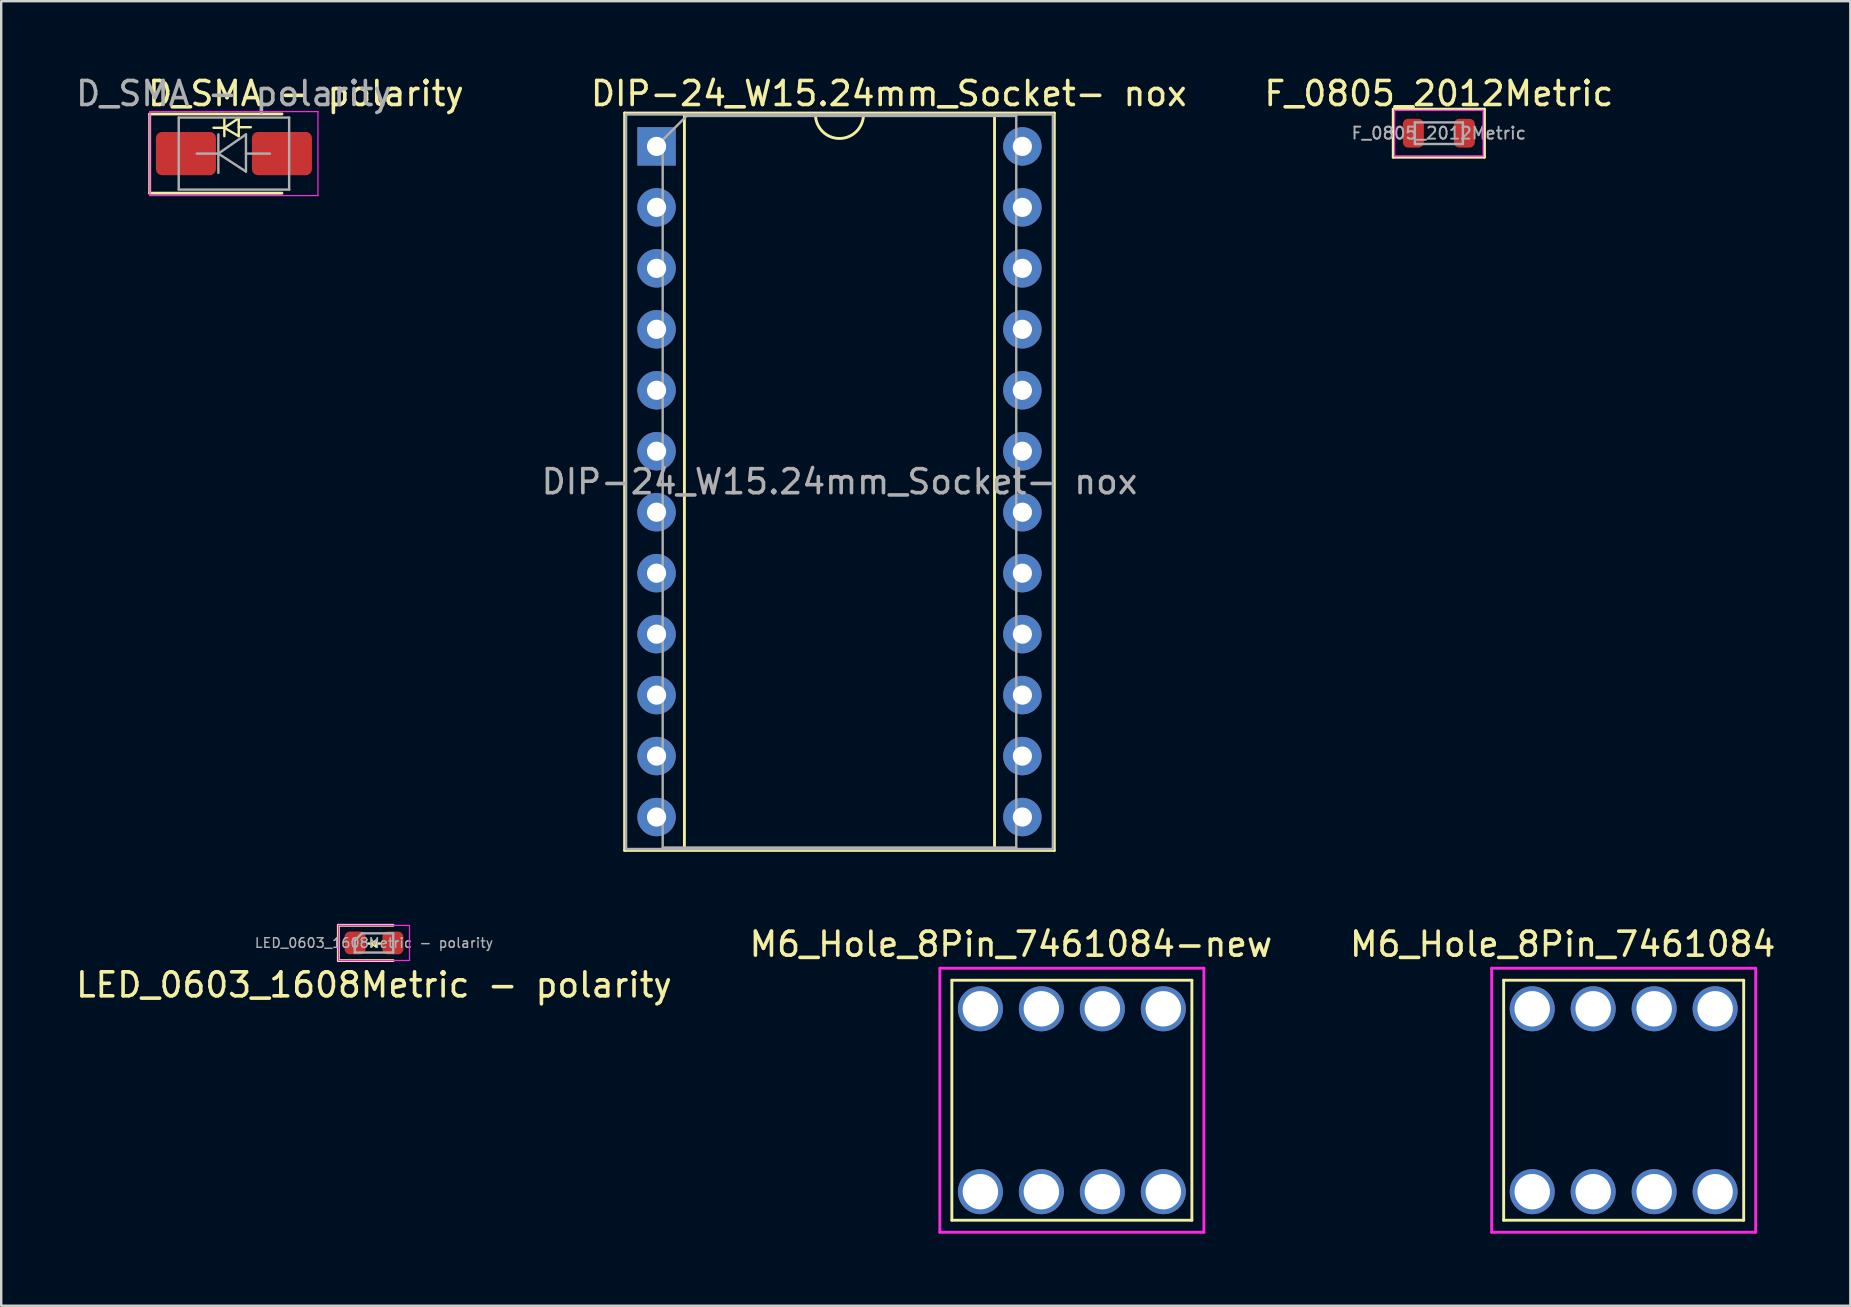
<source format=kicad_pcb>
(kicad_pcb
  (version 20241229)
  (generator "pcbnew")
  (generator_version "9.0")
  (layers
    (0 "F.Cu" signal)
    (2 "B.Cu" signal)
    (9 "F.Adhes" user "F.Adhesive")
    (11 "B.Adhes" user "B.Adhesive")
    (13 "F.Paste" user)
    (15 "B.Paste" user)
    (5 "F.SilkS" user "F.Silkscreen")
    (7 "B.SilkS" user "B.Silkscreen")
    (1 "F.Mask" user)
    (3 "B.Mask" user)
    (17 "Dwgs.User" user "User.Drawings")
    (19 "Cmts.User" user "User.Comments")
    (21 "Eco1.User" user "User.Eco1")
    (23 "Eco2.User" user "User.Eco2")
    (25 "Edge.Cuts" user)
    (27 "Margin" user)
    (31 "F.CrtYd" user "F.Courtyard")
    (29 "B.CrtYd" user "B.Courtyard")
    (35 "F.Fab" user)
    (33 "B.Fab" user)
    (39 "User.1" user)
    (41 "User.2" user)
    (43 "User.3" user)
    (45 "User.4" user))
  (footprint "M6_Hole_8Pin_7461084"
    (layer "F.Cu")
    (at 64.594 42.787)
    (property "Reference" "M6_Hole_8Pin_7461084" (at -2.54 -6.5 0) (layer "F.SilkS") (effects (font (size 1 1) (thickness 0.15))))
    (attr through_hole)
    (fp_line (start -5 -5) (end 5 -5) (stroke (width 0.12) (type solid)) (layer "F.SilkS"))
    (fp_line (start -5 5) (end -5 -5) (stroke (width 0.12) (type solid)) (layer "F.SilkS"))
    (fp_line (start 5 -5) (end 5 5) (stroke (width 0.12) (type solid)) (layer "F.SilkS"))
    (fp_line (start 5 5) (end -5 5) (stroke (width 0.12) (type solid)) (layer "F.SilkS"))
    (fp_line (start -5.5 -5.5) (end 5.5 -5.5) (stroke (width 0.12) (type solid)) (layer "F.CrtYd"))
    (fp_line (start -5.5 5.5) (end -5.5 -5.5) (stroke (width 0.12) (type solid)) (layer "F.CrtYd"))
    (fp_line (start 5.5 -5.5) (end 5.5 5.5) (stroke (width 0.12) (type solid)) (layer "F.CrtYd"))
    (fp_line (start 5.5 5.5) (end -5.5 5.5) (stroke (width 0.12) (type solid)) (layer "F.CrtYd"))
    (pad "1" thru_hole circle (at -3.81 -3.81) (size 1.875 1.875) (drill 1.475) (layers "*.Cu" "*.Mask"))
    (pad "1" thru_hole circle (at -3.81 3.81) (size 1.875 1.875) (drill 1.475) (layers "*.Cu" "*.Mask"))
    (pad "1" thru_hole circle (at -1.27 -3.81) (size 1.875 1.875) (drill 1.475) (layers "*.Cu" "*.Mask"))
    (pad "1" thru_hole circle (at -1.27 3.81) (size 1.875 1.875) (drill 1.475) (layers "*.Cu" "*.Mask"))
    (pad "1" thru_hole circle (at 1.27 -3.81) (size 1.875 1.875) (drill 1.475) (layers "*.Cu" "*.Mask"))
    (pad "1" thru_hole circle (at 1.27 3.81) (size 1.875 1.875) (drill 1.475) (layers "*.Cu" "*.Mask"))
    (pad "1" thru_hole circle (at 3.81 -3.81) (size 1.875 1.875) (drill 1.475) (layers "*.Cu" "*.Mask"))
    (pad "1" thru_hole circle (at 3.81 3.81) (size 1.875 1.875) (drill 1.475) (layers "*.Cu" "*.Mask")))
  (footprint "LED_0603_1608Metric - polarity"
    (layer "F.Cu")
    (at 12.53 36.234)
    (property "Reference" "LED_0603_1608Metric - polarity" (at 0 1.748 0) (layer "F.SilkS") (effects (font (size 1 1) (thickness 0.15))))
    (attr smd)
    (fp_line (start -1.485 -0.735) (end -1.485 0.735) (stroke (width 0.12) (type solid)) (layer "F.SilkS"))
    (fp_line (start -1.485 0.735) (end 0.8 0.735) (stroke (width 0.12) (type solid)) (layer "F.SilkS"))
    (fp_line (start -0.1 -0.1) (end -0.1 0.15) (stroke (width 0.1) (type solid)) (layer "F.SilkS"))
    (fp_line (start -0.1 0.025) (end -0.25 0.025) (stroke (width 0.1) (type solid)) (layer "F.SilkS"))
    (fp_line (start -0.1 0.025) (end 0.1 -0.1) (stroke (width 0.1) (type solid)) (layer "F.SilkS"))
    (fp_line (start -0.1 0.025) (end 0.1 0.15) (stroke (width 0.1) (type solid)) (layer "F.SilkS"))
    (fp_line (start 0.1 0.15) (end 0.1 -0.1) (stroke (width 0.1) (type solid)) (layer "F.SilkS"))
    (fp_line (start 0.25 0.025) (end 0.1 0.025) (stroke (width 0.1) (type solid)) (layer "F.SilkS"))
    (fp_line (start 0.8 -0.735) (end -1.485 -0.735) (stroke (width 0.12) (type solid)) (layer "F.SilkS"))
    (fp_line (start -1.48 -0.73) (end 1.48 -0.73) (stroke (width 0.05) (type solid)) (layer "F.CrtYd"))
    (fp_line (start -1.48 0.73) (end -1.48 -0.73) (stroke (width 0.05) (type solid)) (layer "F.CrtYd"))
    (fp_line (start 1.48 -0.73) (end 1.48 0.73) (stroke (width 0.05) (type solid)) (layer "F.CrtYd"))
    (fp_line (start 1.48 0.73) (end -1.48 0.73) (stroke (width 0.05) (type solid)) (layer "F.CrtYd"))
    (fp_line (start -0.8 -0.1) (end -0.8 0.4) (stroke (width 0.1) (type solid)) (layer "F.Fab"))
    (fp_line (start -0.8 0.4) (end 0.8 0.4) (stroke (width 0.1) (type solid)) (layer "F.Fab"))
    (fp_line (start -0.5 -0.4) (end -0.8 -0.1) (stroke (width 0.1) (type solid)) (layer "F.Fab"))
    (fp_line (start 0.8 -0.4) (end -0.5 -0.4) (stroke (width 0.1) (type solid)) (layer "F.Fab"))
    (fp_line (start 0.8 0.4) (end 0.8 -0.4) (stroke (width 0.1) (type solid)) (layer "F.Fab"))
    (fp_text user "${REFERENCE}" (at 0 0 0) (layer "F.Fab") (effects (font (size 0.4 0.4) (thickness 0.06))))
    (pad "1" smd roundrect (at -0.787 0) (size 0.875 0.95) (layers "F.Cu" "F.Mask" "F.Paste") (roundrect_rratio 0.25))
    (pad "2" smd roundrect (at 0.787 0) (size 0.875 0.95) (layers "F.Cu" "F.Mask" "F.Paste") (roundrect_rratio 0.25)))
  (footprint "F_0805_2012Metric"
    (layer "F.Cu")
    (at 56.894 2.499)
    (property "Reference" "F_0805_2012Metric" (at 0 -1.651 0) (layer "F.SilkS") (effects (font (size 1 1) (thickness 0.15))))
    (attr smd)
    (fp_line (start -1.9 -1) (end -1.9 1) (stroke (width 0.12) (type solid)) (layer "F.SilkS"))
    (fp_line (start -1.9 1) (end 1.9 1) (stroke (width 0.12) (type solid)) (layer "F.SilkS"))
    (fp_line (start 1.9 -1) (end -1.9 -1) (stroke (width 0.12) (type solid)) (layer "F.SilkS"))
    (fp_line (start 1.9 1) (end 1.9 -1) (stroke (width 0.12) (type solid)) (layer "F.SilkS"))
    (fp_line (start -1.841 -0.953) (end 1.841 -0.953) (stroke (width 0.05) (type solid)) (layer "F.CrtYd"))
    (fp_line (start -1.841 0.953) (end -1.841 -0.953) (stroke (width 0.05) (type solid)) (layer "F.CrtYd"))
    (fp_line (start 1.841 -0.953) (end 1.841 0.953) (stroke (width 0.05) (type solid)) (layer "F.CrtYd"))
    (fp_line (start 1.841 0.953) (end -1.841 0.953) (stroke (width 0.05) (type solid)) (layer "F.CrtYd"))
    (fp_line (start -1 -0.45) (end 1 -0.45) (stroke (width 0.1) (type solid)) (layer "F.Fab"))
    (fp_line (start -1 0.45) (end -1 -0.45) (stroke (width 0.1) (type solid)) (layer "F.Fab"))
    (fp_line (start 1 -0.45) (end 1 0.45) (stroke (width 0.1) (type solid)) (layer "F.Fab"))
    (fp_line (start 1 0.45) (end -1 0.45) (stroke (width 0.1) (type solid)) (layer "F.Fab"))
    (fp_text user "${REFERENCE}" (at 0 0 0) (layer "F.Fab") (effects (font (size 0.5 0.5) (thickness 0.08))))
    (pad "1" smd roundrect (at -1.062 0) (size 0.875 1.2) (layers "F.Cu" "F.Mask" "F.Paste") (roundrect_rratio 0.25))
    (pad "2" smd roundrect (at 1.062 0) (size 0.875 1.2) (layers "F.Cu" "F.Mask" "F.Paste") (roundrect_rratio 0.25)))
  (footprint "DIP-24_W15.24mm_Socket- nox"
    (layer "F.Cu")
    (at 24.303 3.049)
    (property "Reference" "DIP-24_W15.24mm_Socket- nox" (at 9.675 -2.201 0) (layer "F.SilkS") (effects (font (size 1 1) (thickness 0.15))))
    (attr through_hole exclude_from_bom dnp)
    (fp_line (start -1.33 -1.39) (end -1.33 29.33) (stroke (width 0.12) (type solid)) (layer "F.SilkS"))
    (fp_line (start -1.33 29.33) (end 16.57 29.33) (stroke (width 0.12) (type solid)) (layer "F.SilkS"))
    (fp_line (start 1.16 -1.33) (end 1.16 29.27) (stroke (width 0.12) (type solid)) (layer "F.SilkS"))
    (fp_line (start 1.16 29.27) (end 14.08 29.27) (stroke (width 0.12) (type solid)) (layer "F.SilkS"))
    (fp_line (start 6.62 -1.33) (end 1.16 -1.33) (stroke (width 0.12) (type solid)) (layer "F.SilkS"))
    (fp_line (start 14.08 -1.33) (end 8.62 -1.33) (stroke (width 0.12) (type solid)) (layer "F.SilkS"))
    (fp_line (start 14.08 29.27) (end 14.08 -1.33) (stroke (width 0.12) (type solid)) (layer "F.SilkS"))
    (fp_line (start 16.57 -1.39) (end -1.33 -1.39) (stroke (width 0.12) (type solid)) (layer "F.SilkS"))
    (fp_line (start 16.57 29.33) (end 16.57 -1.39) (stroke (width 0.12) (type solid)) (layer "F.SilkS"))
    (fp_arc (start 8.62 -1.33) (mid 7.62 -0.33) (end 6.62 -1.33) (stroke (width 0.12) (type solid)) (layer "F.SilkS"))
    (fp_line (start -1.27 -1.33) (end -1.27 29.27) (stroke (width 0.1) (type solid)) (layer "F.Fab"))
    (fp_line (start -1.27 29.27) (end 16.51 29.27) (stroke (width 0.1) (type solid)) (layer "F.Fab"))
    (fp_line (start 0.255 -0.27) (end 1.255 -1.27) (stroke (width 0.1) (type solid)) (layer "F.Fab"))
    (fp_line (start 0.255 29.21) (end 0.255 -0.27) (stroke (width 0.1) (type solid)) (layer "F.Fab"))
    (fp_line (start 1.255 -1.27) (end 14.985 -1.27) (stroke (width 0.1) (type solid)) (layer "F.Fab"))
    (fp_line (start 14.985 -1.27) (end 14.985 29.21) (stroke (width 0.1) (type solid)) (layer "F.Fab"))
    (fp_line (start 14.985 29.21) (end 0.255 29.21) (stroke (width 0.1) (type solid)) (layer "F.Fab"))
    (fp_line (start 16.51 -1.33) (end -1.27 -1.33) (stroke (width 0.1) (type solid)) (layer "F.Fab"))
    (fp_line (start 16.51 29.27) (end 16.51 -1.33) (stroke (width 0.1) (type solid)) (layer "F.Fab"))
    (fp_text user "${REFERENCE}" (at 7.62 13.97 0) (layer "F.Fab") (effects (font (size 1 1) (thickness 0.15))))
    (pad "1" thru_hole rect (at 0 0) (size 1.6 1.6) (drill 0.8) (layers "*.Cu" "*.Mask"))
    (pad "2" thru_hole oval (at 0 2.54) (size 1.6 1.6) (drill 0.8) (layers "*.Cu" "*.Mask"))
    (pad "3" thru_hole oval (at 0 5.08) (size 1.6 1.6) (drill 0.8) (layers "*.Cu" "*.Mask"))
    (pad "4" thru_hole oval (at 0 7.62) (size 1.6 1.6) (drill 0.8) (layers "*.Cu" "*.Mask"))
    (pad "5" thru_hole oval (at 0 10.16) (size 1.6 1.6) (drill 0.8) (layers "*.Cu" "*.Mask"))
    (pad "6" thru_hole oval (at 0 12.7) (size 1.6 1.6) (drill 0.8) (layers "*.Cu" "*.Mask"))
    (pad "7" thru_hole oval (at 0 15.24) (size 1.6 1.6) (drill 0.8) (layers "*.Cu" "*.Mask"))
    (pad "8" thru_hole oval (at 0 17.78) (size 1.6 1.6) (drill 0.8) (layers "*.Cu" "*.Mask"))
    (pad "9" thru_hole oval (at 0 20.32) (size 1.6 1.6) (drill 0.8) (layers "*.Cu" "*.Mask"))
    (pad "10" thru_hole oval (at 0 22.86) (size 1.6 1.6) (drill 0.8) (layers "*.Cu" "*.Mask"))
    (pad "11" thru_hole oval (at 0 25.4) (size 1.6 1.6) (drill 0.8) (layers "*.Cu" "*.Mask"))
    (pad "12" thru_hole oval (at 0 27.94) (size 1.6 1.6) (drill 0.8) (layers "*.Cu" "*.Mask"))
    (pad "13" thru_hole oval (at 15.24 27.94) (size 1.6 1.6) (drill 0.8) (layers "*.Cu" "*.Mask"))
    (pad "14" thru_hole oval (at 15.24 25.4) (size 1.6 1.6) (drill 0.8) (layers "*.Cu" "*.Mask"))
    (pad "15" thru_hole oval (at 15.24 22.86) (size 1.6 1.6) (drill 0.8) (layers "*.Cu" "*.Mask"))
    (pad "16" thru_hole oval (at 15.24 20.32) (size 1.6 1.6) (drill 0.8) (layers "*.Cu" "*.Mask"))
    (pad "17" thru_hole oval (at 15.24 17.78) (size 1.6 1.6) (drill 0.8) (layers "*.Cu" "*.Mask"))
    (pad "18" thru_hole oval (at 15.24 15.24) (size 1.6 1.6) (drill 0.8) (layers "*.Cu" "*.Mask"))
    (pad "19" thru_hole oval (at 15.24 12.7) (size 1.6 1.6) (drill 0.8) (layers "*.Cu" "*.Mask"))
    (pad "20" thru_hole oval (at 15.24 10.16) (size 1.6 1.6) (drill 0.8) (layers "*.Cu" "*.Mask"))
    (pad "21" thru_hole oval (at 15.24 7.62) (size 1.6 1.6) (drill 0.8) (layers "*.Cu" "*.Mask"))
    (pad "22" thru_hole oval (at 15.24 5.08) (size 1.6 1.6) (drill 0.8) (layers "*.Cu" "*.Mask"))
    (pad "23" thru_hole oval (at 15.24 2.54) (size 1.6 1.6) (drill 0.8) (layers "*.Cu" "*.Mask"))
    (pad "24" thru_hole oval (at 15.24 0) (size 1.6 1.6) (drill 0.8) (layers "*.Cu" "*.Mask")))
  (footprint "M6_Hole_8Pin_7461084-new"
    (layer "F.Cu")
    (at 41.605 42.787)
    (property "Reference" "M6_Hole_8Pin_7461084-new" (at -2.54 -6.5 0) (layer "F.SilkS") (effects (font (size 1 1) (thickness 0.15))))
    (attr through_hole)
    (fp_line (start -5 -5) (end 5 -5) (stroke (width 0.12) (type solid)) (layer "F.SilkS"))
    (fp_line (start -5 5) (end -5 -5) (stroke (width 0.12) (type solid)) (layer "F.SilkS"))
    (fp_line (start 5 -5) (end 5 5) (stroke (width 0.12) (type solid)) (layer "F.SilkS"))
    (fp_line (start 5 5) (end -5 5) (stroke (width 0.12) (type solid)) (layer "F.SilkS"))
    (fp_line (start -5.5 -5.5) (end 5.5 -5.5) (stroke (width 0.12) (type solid)) (layer "F.CrtYd"))
    (fp_line (start -5.5 5.5) (end -5.5 -5.5) (stroke (width 0.12) (type solid)) (layer "F.CrtYd"))
    (fp_line (start 5.5 -5.5) (end 5.5 5.5) (stroke (width 0.12) (type solid)) (layer "F.CrtYd"))
    (fp_line (start 5.5 5.5) (end -5.5 5.5) (stroke (width 0.12) (type solid)) (layer "F.CrtYd"))
    (pad "1" thru_hole circle (at -3.81 -3.81) (size 1.875 1.875) (drill 1.475) (layers "*.Cu" "*.Mask"))
    (pad "1" thru_hole circle (at -3.81 3.81) (size 1.875 1.875) (drill 1.475) (layers "*.Cu" "*.Mask"))
    (pad "1" thru_hole circle (at -1.27 -3.81) (size 1.875 1.875) (drill 1.475) (layers "*.Cu" "*.Mask"))
    (pad "1" thru_hole circle (at -1.27 3.81) (size 1.875 1.875) (drill 1.475) (layers "*.Cu" "*.Mask"))
    (pad "1" thru_hole circle (at 1.27 -3.81) (size 1.875 1.875) (drill 1.475) (layers "*.Cu" "*.Mask"))
    (pad "1" thru_hole circle (at 1.27 3.81) (size 1.875 1.875) (drill 1.475) (layers "*.Cu" "*.Mask"))
    (pad "1" thru_hole circle (at 3.81 -3.81) (size 1.875 1.875) (drill 1.475) (layers "*.Cu" "*.Mask"))
    (pad "1" thru_hole circle (at 3.81 3.81) (size 1.875 1.875) (drill 1.475) (layers "*.Cu" "*.Mask")))
  (footprint "D_SMA - polarity"
    (layer "F.Cu")
    (at 6.696 3.348)
    (property "Reference" "D_SMA - polarity" (at 3 -2.5 180) (layer "F.SilkS") (effects (font (size 1 1) (thickness 0.15))))
    (attr smd)
    (fp_line (start -3.51 -1.65) (end -3.51 1.65) (stroke (width 0.12) (type solid)) (layer "F.SilkS"))
    (fp_line (start -3.51 -1.65) (end 2 -1.65) (stroke (width 0.12) (type solid)) (layer "F.SilkS"))
    (fp_line (start -3.51 1.65) (end 2 1.65) (stroke (width 0.12) (type solid)) (layer "F.SilkS"))
    (fp_line (start -0.4 -1.475) (end -0.4 -0.725) (stroke (width 0.1) (type solid)) (layer "F.SilkS"))
    (fp_line (start -0.4 -1.075) (end -0.85 -1.075) (stroke (width 0.1) (type solid)) (layer "F.SilkS"))
    (fp_line (start -0.4 -1.075) (end 0.2 -0.725) (stroke (width 0.1) (type solid)) (layer "F.SilkS"))
    (fp_line (start -0.4 -1.075) (end 0.2 -1.475) (stroke (width 0.1) (type solid)) (layer "F.SilkS"))
    (fp_line (start 0.2 -0.725) (end 0.2 -1.475) (stroke (width 0.1) (type solid)) (layer "F.SilkS"))
    (fp_line (start 0.2 -1.1) (end 0.7 -1.1) (stroke (width 0.1) (type solid)) (layer "F.SilkS"))
    (fp_line (start -3.5 -1.75) (end 3.5 -1.75) (stroke (width 0.05) (type solid)) (layer "F.CrtYd"))
    (fp_line (start -3.5 1.75) (end -3.5 -1.75) (stroke (width 0.05) (type solid)) (layer "F.CrtYd"))
    (fp_line (start 3.5 -1.75) (end 3.5 1.75) (stroke (width 0.05) (type solid)) (layer "F.CrtYd"))
    (fp_line (start 3.5 1.75) (end -3.5 1.75) (stroke (width 0.05) (type solid)) (layer "F.CrtYd"))
    (fp_line (start -2.3 1.5) (end -2.3 -1.5) (stroke (width 0.1) (type solid)) (layer "F.Fab"))
    (fp_line (start -0.649 -0.799) (end -0.649 0.801) (stroke (width 0.1) (type solid)) (layer "F.Fab"))
    (fp_line (start -0.649 0.001) (end -1.551 0.001) (stroke (width 0.1) (type solid)) (layer "F.Fab"))
    (fp_line (start -0.649 0.001) (end 0.501 -0.799) (stroke (width 0.1) (type solid)) (layer "F.Fab"))
    (fp_line (start -0.649 0.001) (end 0.501 0.75) (stroke (width 0.1) (type solid)) (layer "F.Fab"))
    (fp_line (start 0.501 0.001) (end 1.499 0.001) (stroke (width 0.1) (type solid)) (layer "F.Fab"))
    (fp_line (start 0.501 0.75) (end 0.501 -0.799) (stroke (width 0.1) (type solid)) (layer "F.Fab"))
    (fp_line (start 2.3 -1.5) (end -2.3 -1.5) (stroke (width 0.1) (type solid)) (layer "F.Fab"))
    (fp_line (start 2.3 -1.5) (end 2.3 1.5) (stroke (width 0.1) (type solid)) (layer "F.Fab"))
    (fp_line (start 2.3 1.5) (end -2.3 1.5) (stroke (width 0.1) (type solid)) (layer "F.Fab"))
    (fp_text user "${REFERENCE}" (at 0 -2.5 180) (layer "F.Fab") (effects (font (size 1 1) (thickness 0.15))))
    (pad "1" smd roundrect (at -2 0) (size 2.5 1.8) (layers "F.Cu" "F.Mask" "F.Paste") (roundrect_rratio 0.139))
    (pad "2" smd roundrect (at 2 0) (size 2.5 1.8) (layers "F.Cu" "F.Mask" "F.Paste") (roundrect_rratio 0.139)))
  (gr_rect
    (start -3 -3)
    (end 74.036 51.347)
    (stroke (width 0.1) (type default))
    (fill no)
    (layer "Edge.Cuts")))
</source>
